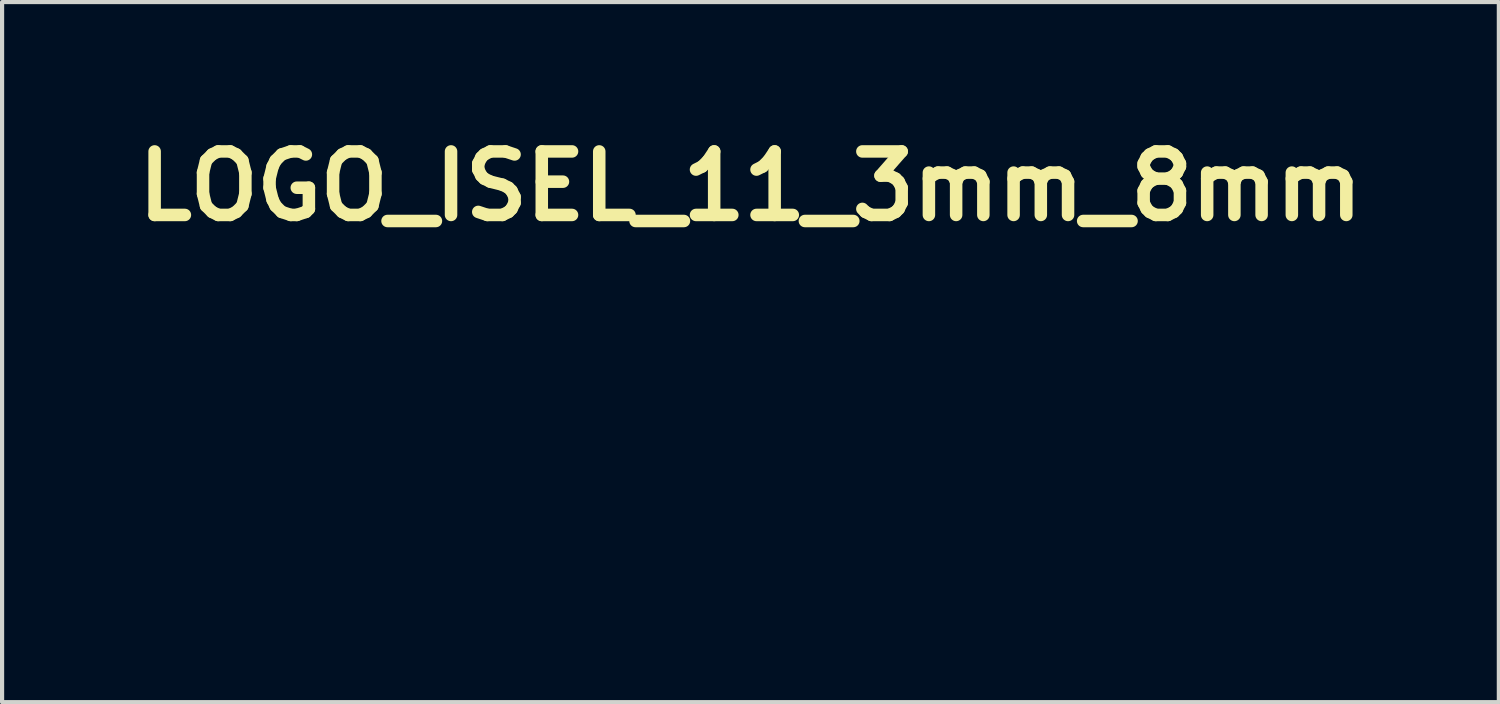
<source format=kicad_pcb>
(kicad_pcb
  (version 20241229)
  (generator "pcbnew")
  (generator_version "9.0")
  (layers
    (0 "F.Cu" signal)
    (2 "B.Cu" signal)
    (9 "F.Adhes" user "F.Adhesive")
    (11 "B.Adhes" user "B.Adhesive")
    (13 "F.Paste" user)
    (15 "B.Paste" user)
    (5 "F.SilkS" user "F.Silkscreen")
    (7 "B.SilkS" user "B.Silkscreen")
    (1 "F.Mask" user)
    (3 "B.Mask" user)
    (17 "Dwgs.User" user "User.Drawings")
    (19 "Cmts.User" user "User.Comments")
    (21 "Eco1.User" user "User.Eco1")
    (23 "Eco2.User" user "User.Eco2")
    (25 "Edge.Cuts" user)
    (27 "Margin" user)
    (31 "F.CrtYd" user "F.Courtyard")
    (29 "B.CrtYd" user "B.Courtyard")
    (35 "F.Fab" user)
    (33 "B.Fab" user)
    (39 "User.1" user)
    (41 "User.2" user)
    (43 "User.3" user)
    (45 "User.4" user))
  (footprint "LOGO_ISEL_11_3mm_8mm"
    (layer "F.Cu")
    (at 14.907 8.343)
    (property "Reference" "LOGO_ISEL_11_3mm_8mm" (at 0.05 -6.925 0) (layer "F.SilkS") (effects (font (size 1.524 1.524) (thickness 0.3))))
    (attr through_hole)
    (fp_poly (pts (xy 3.499 0.152) (xy 3.788 0.152) (xy 3.847 0.152) (xy 3.902 0.153) (xy 3.952 0.153) (xy 3.995 0.153) (xy 4.03 0.153) (xy 4.057 0.154) (xy 4.072 0.154) (xy 4.077 0.155) (xy 4.075 0.162) (xy 4.071 0.175) (xy 4.071 0.175) (xy 4.067 0.187) (xy 4.06 0.209) (xy 4.051 0.238) (xy 4.04 0.272) (xy 4.029 0.306) (xy 3.994 0.419) (xy 3.162 0.419) (xy 3.162 -1.137) (xy 3.499 -1.137) (xy 3.499 0.152)) (stroke (width 0.01) (type solid)) (fill yes) (layer "F.Mask"))
    (fp_poly (pts (xy 0.343 0.419) (xy 0.173 0.419) (xy 0.127 0.419) (xy 0.086 0.419) (xy 0.051 0.418) (xy 0.023 0.417) (xy 0.005 0.416) (xy -0.002 0.415) (xy -0.002 0.415) (xy -0.003 0.408) (xy -0.003 0.389) (xy -0.004 0.36) (xy -0.004 0.319) (xy -0.005 0.27) (xy -0.005 0.211) (xy -0.005 0.144) (xy -0.006 0.07) (xy -0.006 -0.01) (xy -0.006 -0.096) (xy -0.006 -0.187) (xy -0.006 -0.283) (xy -0.006 -0.363) (xy -0.006 -1.137) (xy 0.343 -1.137) (xy 0.343 0.419)) (stroke (width 0.01) (type solid)) (fill yes) (layer "F.Mask"))
    (fp_poly (pts (xy 2.905 -1.122) (xy 2.902 -1.112) (xy 2.896 -1.092) (xy 2.887 -1.064) (xy 2.876 -1.03) (xy 2.865 -0.994) (xy 2.828 -0.879) (xy 2.573 -0.878) (xy 2.318 -0.876) (xy 2.318 -0.527) (xy 2.775 -0.527) (xy 2.775 -0.267) (xy 2.318 -0.267) (xy 2.318 0.146) (xy 2.934 0.146) (xy 2.932 0.281) (xy 2.931 0.416) (xy 2.46 0.418) (xy 2.384 0.418) (xy 2.312 0.418) (xy 2.244 0.418) (xy 2.182 0.418) (xy 2.126 0.417) (xy 2.079 0.417) (xy 2.04 0.417) (xy 2.011 0.416) (xy 1.992 0.416) (xy 1.985 0.415) (xy 1.985 0.408) (xy 1.984 0.389) (xy 1.984 0.36) (xy 1.983 0.319) (xy 1.983 0.27) (xy 1.983 0.211) (xy 1.982 0.144) (xy 1.982 0.07) (xy 1.982 -0.01) (xy 1.981 -0.096) (xy 1.981 -0.187) (xy 1.981 -0.283) (xy 1.981 -0.363) (xy 1.981 -1.137) (xy 2.909 -1.137) (xy 2.905 -1.122)) (stroke (width 0.01) (type solid)) (fill yes) (layer "F.Mask"))
    (fp_poly (pts (xy 1.216 -1.182) (xy 1.254 -1.181) (xy 1.289 -1.178) (xy 1.316 -1.175) (xy 1.318 -1.175) (xy 1.37 -1.166) (xy 1.427 -1.152) (xy 1.484 -1.136) (xy 1.536 -1.119) (xy 1.566 -1.108) (xy 1.595 -1.095) (xy 1.626 -1.08) (xy 1.655 -1.065) (xy 1.68 -1.051) (xy 1.7 -1.038) (xy 1.711 -1.03) (xy 1.711 -1.029) (xy 1.709 -1.021) (xy 1.701 -1.005) (xy 1.686 -0.982) (xy 1.667 -0.953) (xy 1.645 -0.919) (xy 1.619 -0.882) (xy 1.592 -0.843) (xy 1.583 -0.831) (xy 1.562 -0.801) (xy 1.487 -0.838) (xy 1.415 -0.871) (xy 1.344 -0.894) (xy 1.276 -0.91) (xy 1.212 -0.917) (xy 1.152 -0.915) (xy 1.098 -0.905) (xy 1.052 -0.886) (xy 1.013 -0.859) (xy 1.01 -0.856) (xy 0.986 -0.827) (xy 0.972 -0.794) (xy 0.966 -0.754) (xy 0.965 -0.739) (xy 0.966 -0.714) (xy 0.969 -0.696) (xy 0.975 -0.682) (xy 0.984 -0.668) (xy 0.996 -0.654) (xy 1.012 -0.641) (xy 1.032 -0.629) (xy 1.059 -0.617) (xy 1.093 -0.605) (xy 1.136 -0.591) (xy 1.19 -0.576) (xy 1.229 -0.566) (xy 1.274 -0.553) (xy 1.319 -0.54) (xy 1.361 -0.528) (xy 1.397 -0.517) (xy 1.424 -0.508) (xy 1.432 -0.505) (xy 1.502 -0.472) (xy 1.565 -0.431) (xy 1.62 -0.383) (xy 1.666 -0.328) (xy 1.702 -0.269) (xy 1.727 -0.206) (xy 1.73 -0.194) (xy 1.743 -0.12) (xy 1.744 -0.046) (xy 1.734 0.028) (xy 1.714 0.099) (xy 1.684 0.165) (xy 1.643 0.225) (xy 1.636 0.234) (xy 1.579 0.291) (xy 1.514 0.339) (xy 1.44 0.379) (xy 1.357 0.41) (xy 1.27 0.433) (xy 1.228 0.439) (xy 1.177 0.444) (xy 1.121 0.447) (xy 1.064 0.448) (xy 1.009 0.448) (xy 0.96 0.445) (xy 0.933 0.442) (xy 0.818 0.42) (xy 0.705 0.388) (xy 0.598 0.347) (xy 0.574 0.337) (xy 0.521 0.312) (xy 0.578 0.193) (xy 0.596 0.157) (xy 0.611 0.124) (xy 0.625 0.098) (xy 0.634 0.079) (xy 0.64 0.069) (xy 0.64 0.068) (xy 0.648 0.069) (xy 0.664 0.074) (xy 0.687 0.083) (xy 0.715 0.095) (xy 0.722 0.098) (xy 0.798 0.13) (xy 0.867 0.153) (xy 0.933 0.17) (xy 0.997 0.18) (xy 1.064 0.184) (xy 1.082 0.184) (xy 1.148 0.182) (xy 1.202 0.174) (xy 1.248 0.161) (xy 1.286 0.142) (xy 1.316 0.118) (xy 1.342 0.084) (xy 1.36 0.045) (xy 1.369 0.001) (xy 1.368 -0.042) (xy 1.358 -0.084) (xy 1.339 -0.121) (xy 1.338 -0.122) (xy 1.324 -0.138) (xy 1.31 -0.152) (xy 1.294 -0.165) (xy 1.273 -0.177) (xy 1.248 -0.189) (xy 1.217 -0.201) (xy 1.178 -0.214) (xy 1.131 -0.228) (xy 1.073 -0.244) (xy 1.013 -0.26) (xy 0.944 -0.28) (xy 0.887 -0.299) (xy 0.838 -0.318) (xy 0.797 -0.339) (xy 0.761 -0.363) (xy 0.728 -0.389) (xy 0.715 -0.402) (xy 0.669 -0.456) (xy 0.634 -0.516) (xy 0.61 -0.583) (xy 0.597 -0.655) (xy 0.595 -0.702) (xy 0.599 -0.765) (xy 0.61 -0.823) (xy 0.63 -0.881) (xy 0.642 -0.908) (xy 0.671 -0.956) (xy 0.709 -1.003) (xy 0.754 -1.046) (xy 0.802 -1.083) (xy 0.837 -1.104) (xy 0.907 -1.136) (xy 0.976 -1.159) (xy 1.048 -1.174) (xy 1.126 -1.182) (xy 1.178 -1.183) (xy 1.216 -1.182)) (stroke (width 0.01) (type solid)) (fill yes) (layer "F.Mask"))
    (fp_poly (pts (xy -0.816 2.448) (xy -0.854 2.45) (xy -0.875 2.45) (xy -0.891 2.449) (xy -0.897 2.447) (xy -0.898 2.44) (xy -0.898 2.422) (xy -0.899 2.392) (xy -0.899 2.351) (xy -0.9 2.302) (xy -0.9 2.243) (xy -0.901 2.176) (xy -0.901 2.102) (xy -0.901 2.022) (xy -0.901 1.935) (xy -0.902 1.844) (xy -0.902 1.749) (xy -0.902 1.665) (xy -0.902 0.888) (xy -0.97 0.953) (xy -1.082 1.052) (xy -1.197 1.14) (xy -1.316 1.217) (xy -1.441 1.283) (xy -1.572 1.341) (xy -1.667 1.375) (xy -1.781 1.409) (xy -1.891 1.435) (xy -2.001 1.453) (xy -2.116 1.464) (xy -2.145 1.466) (xy -2.298 1.468) (xy -2.45 1.457) (xy -2.599 1.434) (xy -2.745 1.399) (xy -2.887 1.352) (xy -3.026 1.292) (xy -3.161 1.221) (xy -3.292 1.138) (xy -3.36 1.088) (xy -3.399 1.057) (xy -3.443 1.018) (xy -3.491 0.973) (xy -3.54 0.925) (xy -3.588 0.875) (xy -3.633 0.826) (xy -3.673 0.781) (xy -3.706 0.74) (xy -3.709 0.735) (xy -3.796 0.609) (xy -3.871 0.478) (xy -3.935 0.343) (xy -3.988 0.201) (xy -4.029 0.054) (xy -4.06 -0.099) (xy -4.061 -0.108) (xy -4.066 -0.151) (xy -4.07 -0.203) (xy -4.073 -0.262) (xy -4.075 -0.325) (xy -4.076 -0.388) (xy -4.075 -0.413) (xy -4.012 -0.413) (xy -4.01 -0.28) (xy -4 -0.149) (xy -3.98 -0.023) (xy -3.966 0.04) (xy -3.926 0.183) (xy -3.874 0.32) (xy -3.811 0.452) (xy -3.737 0.581) (xy -3.65 0.707) (xy -3.639 0.721) (xy -3.611 0.755) (xy -3.576 0.796) (xy -3.535 0.839) (xy -3.492 0.884) (xy -3.447 0.927) (xy -3.405 0.967) (xy -3.366 1.001) (xy -3.34 1.022) (xy -3.219 1.108) (xy -3.093 1.184) (xy -2.964 1.249) (xy -2.831 1.303) (xy -2.697 1.345) (xy -2.561 1.376) (xy -2.464 1.39) (xy -2.435 1.393) (xy -2.409 1.397) (xy -2.39 1.399) (xy -2.384 1.4) (xy -2.365 1.401) (xy -2.336 1.402) (xy -2.298 1.402) (xy -2.255 1.401) (xy -2.208 1.4) (xy -2.161 1.399) (xy -2.114 1.397) (xy -2.071 1.394) (xy -2.034 1.392) (xy -2.005 1.389) (xy -1.994 1.388) (xy -1.842 1.358) (xy -1.697 1.317) (xy -1.557 1.265) (xy -1.423 1.202) (xy -1.295 1.127) (xy -1.172 1.041) (xy -1.056 0.944) (xy -0.983 0.874) (xy -0.953 0.844) (xy -0.931 0.821) (xy -0.916 0.804) (xy -0.907 0.791) (xy -0.903 0.781) (xy -0.902 0.774) (xy -0.902 0.768) (xy -0.905 0.766) (xy -0.91 0.768) (xy -0.92 0.776) (xy -0.935 0.791) (xy -0.957 0.812) (xy -0.986 0.842) (xy -1.097 0.948) (xy -1.213 1.042) (xy -1.335 1.125) (xy -1.462 1.197) (xy -1.594 1.256) (xy -1.732 1.305) (xy -1.798 1.324) (xy -1.944 1.355) (xy -2.09 1.375) (xy -2.235 1.382) (xy -2.381 1.376) (xy -2.524 1.359) (xy -2.666 1.329) (xy -2.733 1.31) (xy -2.079 1.31) (xy -2.044 1.305) (xy -2.022 1.302) (xy -1.992 1.298) (xy -1.96 1.293) (xy -1.953 1.291) (xy -1.868 1.274) (xy -1.778 1.251) (xy -1.689 1.223) (xy -1.608 1.193) (xy -1.562 1.174) (xy -1.562 0.779) (xy -1.562 0.384) (xy -1.635 0.383) (xy -1.667 0.383) (xy -1.688 0.384) (xy -1.701 0.385) (xy -1.708 0.388) (xy -1.711 0.393) (xy -1.713 0.403) (xy -1.718 0.423) (xy -1.723 0.448) (xy -1.727 0.467) (xy -1.733 0.493) (xy -1.738 0.514) (xy -1.741 0.528) (xy -1.742 0.531) (xy -1.748 0.531) (xy -1.765 0.528) (xy -1.789 0.523) (xy -1.819 0.517) (xy -1.832 0.514) (xy -1.863 0.507) (xy -1.89 0.502) (xy -1.911 0.499) (xy -1.921 0.498) (xy -1.923 0.498) (xy -1.92 0.504) (xy -1.912 0.52) (xy -1.9 0.545) (xy -1.883 0.578) (xy -1.862 0.618) (xy -1.838 0.664) (xy -1.812 0.715) (xy -1.783 0.769) (xy -1.778 0.778) (xy -1.74 0.849) (xy -1.709 0.91) (xy -1.683 0.96) (xy -1.662 1.001) (xy -1.646 1.034) (xy -1.636 1.058) (xy -1.629 1.074) (xy -1.628 1.082) (xy -1.63 1.114) (xy -1.645 1.142) (xy -1.672 1.167) (xy -1.68 1.172) (xy -1.71 1.191) (xy -1.858 1.193) (xy -2.006 1.195) (xy -2.032 1.237) (xy -2.046 1.26) (xy -2.058 1.28) (xy -2.068 1.294) (xy -2.068 1.295) (xy -2.079 1.31) (xy -2.733 1.31) (xy -2.805 1.288) (xy -2.941 1.235) (xy -3.072 1.171) (xy -3.199 1.095) (xy -3.321 1.008) (xy -3.34 0.993) (xy -3.357 0.979) (xy -3.24 0.979) (xy -3.236 0.986) (xy -3.222 0.998) (xy -3.201 1.014) (xy -3.175 1.033) (xy -3.144 1.054) (xy -3.111 1.075) (xy -3.092 1.086) (xy -3.068 1.1) (xy -3.053 1.108) (xy -3.045 1.11) (xy -3.043 1.106) (xy -3.044 1.1) (xy -3.056 1.045) (xy -3.062 0.982) (xy -3.06 0.917) (xy -3.052 0.853) (xy -3.046 0.824) (xy -3.02 0.749) (xy -2.984 0.679) (xy -2.939 0.614) (xy -2.886 0.557) (xy -2.825 0.508) (xy -2.761 0.471) (xy -2.739 0.46) (xy -2.722 0.451) (xy -2.713 0.445) (xy -2.712 0.445) (xy -2.717 0.44) (xy -2.73 0.429) (xy -2.751 0.413) (xy -2.777 0.394) (xy -2.8 0.377) (xy -2.889 0.312) (xy -2.904 0.338) (xy -2.912 0.353) (xy -2.925 0.376) (xy -2.941 0.407) (xy -2.961 0.445) (xy -2.984 0.488) (xy -3.009 0.535) (xy -3.035 0.585) (xy -3.063 0.637) (xy -3.09 0.69) (xy -3.117 0.741) (xy -3.143 0.791) (xy -3.167 0.837) (xy -3.189 0.879) (xy -3.208 0.915) (xy -3.223 0.944) (xy -3.233 0.965) (xy -3.239 0.977) (xy -3.24 0.979) (xy -3.357 0.979) (xy -3.373 0.965) (xy -3.411 0.931) (xy -3.318 0.931) (xy -3.302 0.942) (xy -3.291 0.949) (xy -3.284 0.947) (xy -3.279 0.938) (xy -3.274 0.927) (xy -3.272 0.923) (xy -3.279 0.923) (xy -3.293 0.926) (xy -3.296 0.926) (xy -3.318 0.931) (xy -3.411 0.931) (xy -3.411 0.93) (xy -3.453 0.89) (xy -3.495 0.848) (xy -3.536 0.806) (xy -3.571 0.767) (xy -3.587 0.749) (xy -3.5 0.749) (xy -3.47 0.785) (xy -3.449 0.807) (xy -3.424 0.832) (xy -3.401 0.854) (xy -3.385 0.869) (xy -3.373 0.878) (xy -3.362 0.884) (xy -3.349 0.885) (xy -3.332 0.883) (xy -3.307 0.878) (xy -3.281 0.872) (xy -3.258 0.866) (xy -3.246 0.862) (xy -3.243 0.858) (xy -3.246 0.854) (xy -3.254 0.848) (xy -3.269 0.835) (xy -3.291 0.819) (xy -3.316 0.799) (xy -3.344 0.777) (xy -3.372 0.756) (xy -3.399 0.735) (xy -3.423 0.717) (xy -3.441 0.703) (xy -3.453 0.694) (xy -3.457 0.692) (xy -3.461 0.697) (xy -3.471 0.709) (xy -3.479 0.721) (xy -3.5 0.749) (xy -3.587 0.749) (xy -3.6 0.734) (xy -3.603 0.73) (xy -3.662 0.651) (xy -3.72 0.563) (xy -3.739 0.531) (xy -3.666 0.531) (xy -3.639 0.572) (xy -3.622 0.596) (xy -3.601 0.626) (xy -3.579 0.655) (xy -3.573 0.663) (xy -3.535 0.713) (xy -3.517 0.691) (xy -3.506 0.677) (xy -3.5 0.666) (xy -3.499 0.664) (xy -3.504 0.657) (xy -3.51 0.652) (xy -3.422 0.652) (xy -3.417 0.657) (xy -3.404 0.669) (xy -3.385 0.685) (xy -3.361 0.704) (xy -3.334 0.726) (xy -3.306 0.747) (xy -3.279 0.768) (xy -3.255 0.786) (xy -3.235 0.801) (xy -3.223 0.81) (xy -3.218 0.812) (xy -3.213 0.807) (xy -3.204 0.794) (xy -3.192 0.774) (xy -3.188 0.767) (xy -3.175 0.744) (xy -3.165 0.723) (xy -3.159 0.709) (xy -3.158 0.707) (xy -3.159 0.695) (xy -3.166 0.672) (xy -3.177 0.638) (xy -3.193 0.594) (xy -3.204 0.567) (xy -3.219 0.53) (xy -3.232 0.496) (xy -3.243 0.468) (xy -3.252 0.448) (xy -3.256 0.438) (xy -3.257 0.437) (xy -3.262 0.44) (xy -3.272 0.452) (xy -3.288 0.471) (xy -3.307 0.495) (xy -3.328 0.522) (xy -3.35 0.55) (xy -3.371 0.578) (xy -3.39 0.604) (xy -3.406 0.626) (xy -3.417 0.643) (xy -3.422 0.652) (xy -3.422 0.652) (xy -3.51 0.652) (xy -3.518 0.645) (xy -3.54 0.627) (xy -3.568 0.604) (xy -3.602 0.578) (xy -3.64 0.55) (xy -3.641 0.549) (xy -3.666 0.531) (xy -3.739 0.531) (xy -3.774 0.471) (xy -3.822 0.378) (xy -3.751 0.378) (xy -3.742 0.397) (xy -3.734 0.407) (xy -3.716 0.424) (xy -3.689 0.448) (xy -3.654 0.476) (xy -3.611 0.51) (xy -3.599 0.519) (xy -3.466 0.622) (xy -3.377 0.504) (xy -3.352 0.47) (xy -3.33 0.44) (xy -3.313 0.415) (xy -3.3 0.396) (xy -3.294 0.384) (xy -3.294 0.382) (xy -3.301 0.377) (xy -3.316 0.367) (xy -3.34 0.351) (xy -3.369 0.331) (xy -3.403 0.308) (xy -3.435 0.287) (xy -3.471 0.262) (xy -3.504 0.24) (xy -3.533 0.222) (xy -3.555 0.208) (xy -3.569 0.2) (xy -3.574 0.198) (xy -3.579 0.203) (xy -3.592 0.216) (xy -3.611 0.235) (xy -3.635 0.258) (xy -3.662 0.286) (xy -3.665 0.289) (xy -3.751 0.378) (xy -3.822 0.378) (xy -3.823 0.377) (xy -3.864 0.285) (xy -3.886 0.23) (xy -3.929 0.092) (xy -3.861 0.092) (xy -3.859 0.101) (xy -3.855 0.116) (xy -3.85 0.135) (xy -3.844 0.153) (xy -3.84 0.166) (xy -3.838 0.171) (xy -3.836 0.166) (xy -3.836 0.15) (xy -3.835 0.13) (xy -3.836 0.108) (xy -3.838 0.095) (xy -3.842 0.09) (xy -3.848 0.089) (xy -3.785 0.089) (xy -3.785 0.2) (xy -3.784 0.248) (xy -3.783 0.285) (xy -3.782 0.31) (xy -3.779 0.325) (xy -3.776 0.33) (xy -3.776 0.33) (xy -3.771 0.326) (xy -3.759 0.314) (xy -3.741 0.296) (xy -3.718 0.273) (xy -3.693 0.248) (xy -3.612 0.166) (xy -3.625 0.158) (xy -3.538 0.158) (xy -3.425 0.234) (xy -3.391 0.256) (xy -3.361 0.276) (xy -3.337 0.293) (xy -3.318 0.304) (xy -3.309 0.31) (xy -3.308 0.311) (xy -3.308 0.305) (xy -3.313 0.29) (xy -3.322 0.266) (xy -3.333 0.236) (xy -3.346 0.202) (xy -3.347 0.202) (xy -3.389 0.094) (xy -3.334 0.094) (xy -3.332 0.1) (xy -3.325 0.117) (xy -3.316 0.142) (xy -3.303 0.175) (xy -3.288 0.214) (xy -3.272 0.257) (xy -3.254 0.304) (xy -3.235 0.352) (xy -3.216 0.4) (xy -3.198 0.447) (xy -3.181 0.492) (xy -3.165 0.532) (xy -3.151 0.568) (xy -3.14 0.596) (xy -3.132 0.616) (xy -3.128 0.626) (xy -3.127 0.627) (xy -3.128 0.62) (xy -3.128 0.603) (xy -3.128 0.575) (xy -3.129 0.539) (xy -3.129 0.495) (xy -3.13 0.446) (xy -3.13 0.429) (xy -3.08 0.429) (xy -3.08 0.492) (xy -3.079 0.522) (xy -3.078 0.54) (xy -3.075 0.545) (xy -3.069 0.54) (xy -3.059 0.523) (xy -3.05 0.505) (xy -3.034 0.474) (xy -3.057 0.452) (xy -3.08 0.429) (xy -3.13 0.429) (xy -3.13 0.392) (xy -3.131 0.379) (xy -3.131 0.365) (xy -3.073 0.365) (xy -3.043 0.395) (xy -3.028 0.41) (xy -3.016 0.421) (xy -3.01 0.425) (xy -3.006 0.42) (xy -2.998 0.405) (xy -2.986 0.384) (xy -2.972 0.357) (xy -2.969 0.352) (xy -2.954 0.322) (xy -2.944 0.301) (xy -2.939 0.288) (xy -2.937 0.279) (xy -2.939 0.274) (xy -2.944 0.27) (xy -2.956 0.263) (xy -2.962 0.261) (xy -2.969 0.265) (xy -2.982 0.276) (xy -3.001 0.293) (xy -3.021 0.313) (xy -3.073 0.365) (xy -3.131 0.365) (xy -3.133 0.167) (xy -3.083 0.167) (xy -3.083 0.174) (xy -3.083 0.19) (xy -3.082 0.214) (xy -3.081 0.233) (xy -3.078 0.298) (xy -3.041 0.266) (xy -3.023 0.25) (xy -3.011 0.237) (xy -3.005 0.229) (xy -3.005 0.228) (xy -3.01 0.223) (xy -3.022 0.213) (xy -3.038 0.2) (xy -3.055 0.187) (xy -3.07 0.175) (xy -3.081 0.168) (xy -3.083 0.167) (xy -3.133 0.167) (xy -3.134 0.144) (xy -2.795 0.144) (xy -2.793 0.149) (xy -2.793 0.149) (xy -2.786 0.154) (xy -2.769 0.165) (xy -2.744 0.18) (xy -2.71 0.201) (xy -2.67 0.225) (xy -2.625 0.252) (xy -2.575 0.282) (xy -2.521 0.314) (xy -2.508 0.323) (xy -2.452 0.356) (xy -2.399 0.388) (xy -2.349 0.419) (xy -2.304 0.446) (xy -2.264 0.471) (xy -2.232 0.491) (xy -2.208 0.507) (xy -2.193 0.517) (xy -2.192 0.517) (xy -2.131 0.571) (xy -2.078 0.634) (xy -2.032 0.703) (xy -1.997 0.778) (xy -1.973 0.856) (xy -1.972 0.864) (xy -1.965 0.906) (xy -1.963 0.953) (xy -1.963 1.003) (xy -1.967 1.051) (xy -1.974 1.094) (xy -1.983 1.129) (xy -1.985 1.132) (xy -1.985 1.136) (xy -1.983 1.138) (xy -1.976 1.14) (xy -1.963 1.142) (xy -1.943 1.143) (xy -1.913 1.143) (xy -1.873 1.143) (xy -1.861 1.143) (xy -1.814 1.143) (xy -1.779 1.142) (xy -1.752 1.141) (xy -1.733 1.139) (xy -1.72 1.136) (xy -1.712 1.133) (xy -1.693 1.12) (xy -1.68 1.101) (xy -1.676 1.085) (xy -1.679 1.078) (xy -1.688 1.062) (xy -1.702 1.035) (xy -1.72 0.999) (xy -1.743 0.955) (xy -1.77 0.904) (xy -1.801 0.845) (xy -1.835 0.781) (xy -1.872 0.711) (xy -1.912 0.636) (xy -1.954 0.557) (xy -1.997 0.475) (xy -2.007 0.457) (xy -2.097 0.287) (xy -2.036 0.287) (xy -2.034 0.293) (xy -2.026 0.309) (xy -2.015 0.331) (xy -2 0.36) (xy -1.986 0.386) (xy -1.97 0.418) (xy -1.955 0.445) (xy -1.943 0.465) (xy -1.936 0.478) (xy -1.933 0.481) (xy -1.931 0.474) (xy -1.927 0.458) (xy -1.921 0.435) (xy -1.918 0.421) (xy -1.911 0.387) (xy -1.907 0.364) (xy -1.906 0.35) (xy -1.908 0.341) (xy -1.914 0.337) (xy -1.499 0.337) (xy -1.499 1.144) (xy -1.446 1.115) (xy -1.394 1.087) (xy -1.392 0.712) (xy -1.391 0.337) (xy -1.327 0.337) (xy -1.327 0.689) (xy -1.327 0.755) (xy -1.327 0.816) (xy -1.327 0.873) (xy -1.326 0.923) (xy -1.326 0.966) (xy -1.325 1) (xy -1.324 1.025) (xy -1.324 1.039) (xy -1.323 1.041) (xy -1.317 1.038) (xy -1.302 1.029) (xy -1.282 1.015) (xy -1.269 1.005) (xy -1.219 0.97) (xy -1.219 0.337) (xy -1.156 0.337) (xy -1.156 0.916) (xy -1.141 0.905) (xy -1.13 0.895) (xy -1.113 0.879) (xy -1.093 0.86) (xy -1.087 0.855) (xy -1.048 0.816) (xy -1.048 0.337) (xy -0.984 0.337) (xy -0.984 0.751) (xy -0.902 0.651) (xy -0.902 0.494) (xy -0.902 0.337) (xy -0.984 0.337) (xy -1.048 0.337) (xy -1.156 0.337) (xy -1.219 0.337) (xy -1.327 0.337) (xy -1.391 0.337) (xy -1.499 0.337) (xy -1.914 0.337) (xy -1.914 0.336) (xy -1.922 0.334) (xy -1.936 0.329) (xy -1.958 0.32) (xy -1.982 0.31) (xy -1.987 0.307) (xy -2.009 0.298) (xy -2.026 0.291) (xy -2.035 0.287) (xy -2.036 0.287) (xy -2.097 0.287) (xy -2.116 0.252) (xy -1.651 0.252) (xy -1.651 0.286) (xy -0.902 0.286) (xy -0.902 0.184) (xy -1.627 0.187) (xy -1.639 0.202) (xy -1.648 0.219) (xy -1.651 0.244) (xy -1.651 0.252) (xy -2.116 0.252) (xy -2.307 -0.108) (xy -2.181 -0.108) (xy -2.179 -0.101) (xy -2.169 -0.088) (xy -2.153 -0.07) (xy -2.132 -0.049) (xy -2.108 -0.025) (xy -2.083 -0.002) (xy -2.058 0.02) (xy -2.036 0.04) (xy -2.016 0.054) (xy -2.013 0.056) (xy -1.936 0.1) (xy -1.857 0.134) (xy -1.771 0.158) (xy -1.765 0.159) (xy -1.733 0.166) (xy -1.71 0.169) (xy -1.694 0.17) (xy -1.681 0.167) (xy -1.668 0.161) (xy -1.658 0.154) (xy -1.632 0.137) (xy -1.632 -0.335) (xy -1.656 -0.34) (xy -1.677 -0.345) (xy -1.697 -0.353) (xy -1.698 -0.354) (xy -1.711 -0.359) (xy -1.723 -0.359) (xy -1.739 -0.353) (xy -1.739 -0.352) (xy -1.751 -0.347) (xy -1.771 -0.336) (xy -1.799 -0.32) (xy -1.833 -0.302) (xy -1.872 -0.281) (xy -1.913 -0.258) (xy -1.956 -0.234) (xy -2 -0.21) (xy -2.041 -0.187) (xy -2.08 -0.165) (xy -2.115 -0.145) (xy -2.144 -0.129) (xy -2.165 -0.117) (xy -2.178 -0.109) (xy -2.181 -0.108) (xy -2.307 -0.108) (xy -2.337 -0.163) (xy -2.337 -0.363) (xy -2.336 -0.422) (xy -2.336 -0.451) (xy -2.286 -0.451) (xy -2.286 -0.369) (xy -2.286 -0.338) (xy -2.285 -0.312) (xy -2.284 -0.293) (xy -2.282 -0.284) (xy -2.282 -0.284) (xy -2.281 -0.283) (xy -2.279 -0.282) (xy -2.275 -0.283) (xy -2.269 -0.285) (xy -2.259 -0.29) (xy -2.243 -0.299) (xy -2.221 -0.311) (xy -2.19 -0.328) (xy -2.151 -0.349) (xy -2.115 -0.37) (xy -2.095 -0.381) (xy -1.581 -0.381) (xy -1.581 0.133) (xy -0.902 0.133) (xy -0.902 -0.381) (xy -1.581 -0.381) (xy -2.095 -0.381) (xy -2.077 -0.391) (xy -2.043 -0.41) (xy -2.014 -0.426) (xy -1.992 -0.439) (xy -1.979 -0.446) (xy -1.975 -0.448) (xy -1.981 -0.449) (xy -1.997 -0.45) (xy -2.023 -0.45) (xy -2.056 -0.451) (xy -2.095 -0.451) (xy -2.129 -0.451) (xy -2.286 -0.451) (xy -2.336 -0.451) (xy -2.336 -0.47) (xy -2.335 -0.508) (xy -2.334 -0.537) (xy -2.332 -0.559) (xy -2.33 -0.575) (xy -2.328 -0.586) (xy -2.327 -0.587) (xy -2.321 -0.603) (xy -2.318 -0.613) (xy -2.318 -0.614) (xy -2.324 -0.615) (xy -2.341 -0.615) (xy -2.368 -0.615) (xy -2.402 -0.616) (xy -2.442 -0.616) (xy -2.487 -0.616) (xy -2.489 -0.616) (xy -2.534 -0.616) (xy -2.575 -0.616) (xy -2.61 -0.615) (xy -2.637 -0.615) (xy -2.654 -0.614) (xy -2.661 -0.614) (xy -2.661 -0.614) (xy -2.658 -0.607) (xy -2.653 -0.593) (xy -2.651 -0.588) (xy -2.648 -0.58) (xy -2.646 -0.567) (xy -2.645 -0.55) (xy -2.643 -0.527) (xy -2.642 -0.495) (xy -2.642 -0.455) (xy -2.642 -0.404) (xy -2.642 -0.363) (xy -2.642 -0.16) (xy -2.721 -0.009) (xy -2.746 0.037) (xy -2.765 0.074) (xy -2.778 0.102) (xy -2.788 0.122) (xy -2.793 0.136) (xy -2.795 0.144) (xy -3.134 0.144) (xy -3.134 0.132) (xy -3.183 0.09) (xy -2.887 0.09) (xy -2.885 0.094) (xy -2.883 0.095) (xy -2.874 0.101) (xy -2.87 0.099) (xy -2.867 0.095) (xy -2.869 0.09) (xy -2.878 0.089) (xy -2.887 0.09) (xy -3.183 0.09) (xy -3.185 0.089) (xy -3.259 0.089) (xy -3.288 0.089) (xy -3.312 0.09) (xy -3.328 0.092) (xy -3.334 0.094) (xy -3.389 0.094) (xy -3.389 0.092) (xy -3.43 0.09) (xy -3.47 0.088) (xy -3.538 0.158) (xy -3.625 0.158) (xy -3.669 0.128) (xy -3.696 0.11) (xy -3.716 0.099) (xy -3.731 0.092) (xy -3.63 0.092) (xy -3.63 0.093) (xy -3.62 0.102) (xy -3.605 0.112) (xy -3.59 0.121) (xy -3.579 0.126) (xy -3.578 0.127) (xy -3.57 0.123) (xy -3.557 0.112) (xy -3.553 0.108) (xy -3.535 0.089) (xy -3.584 0.089) (xy -3.607 0.089) (xy -3.623 0.091) (xy -3.63 0.092) (xy -3.731 0.092) (xy -3.732 0.092) (xy -3.745 0.089) (xy -3.756 0.089) (xy -3.785 0.089) (xy -3.848 0.089) (xy -3.858 0.09) (xy -3.861 0.092) (xy -3.929 0.092) (xy -3.93 0.089) (xy -3.962 -0.054) (xy -3.964 -0.067) (xy -3.898 -0.067) (xy -3.896 -0.05) (xy -3.891 -0.025) (xy -3.883 0.011) (xy -3.883 0.011) (xy -3.878 0.021) (xy -3.866 0.025) (xy -3.858 0.025) (xy -3.835 0.025) (xy -3.835 0.002) (xy -3.765 0.002) (xy -3.751 0.013) (xy -3.745 0.017) (xy -3.737 0.02) (xy -3.725 0.022) (xy -3.707 0.024) (xy -3.682 0.025) (xy -3.647 0.025) (xy -3.607 0.025) (xy -3.563 0.025) (xy -3.53 0.025) (xy -3.507 0.024) (xy -3.49 0.023) (xy -3.479 0.021) (xy -3.471 0.018) (xy -3.465 0.014) (xy -3.463 0.012) (xy -3.448 -0.002) (xy -3.508 -0.042) (xy -3.564 -0.079) (xy -3.471 -0.079) (xy -3.47 -0.076) (xy -3.462 -0.07) (xy -3.46 -0.07) (xy -3.455 -0.075) (xy -3.454 -0.076) (xy -3.455 -0.077) (xy -3.403 -0.077) (xy -3.399 -0.069) (xy -3.393 -0.053) (xy -3.384 -0.03) (xy -3.381 -0.023) (xy -3.363 0.025) (xy -3.318 0.025) (xy -3.273 0.025) (xy -3.292 0.011) (xy -3.31 -0.003) (xy -3.327 -0.017) (xy -3.327 -0.017) (xy -3.341 -0.029) (xy -3.085 -0.029) (xy -3.081 -0.025) (xy -3.068 -0.016) (xy -3.05 -0.004) (xy -3.044 -0.001) (xy -3 0.025) (xy -2.931 0.025) (xy -2.861 0.025) (xy -2.917 -0.029) (xy -2.942 -0.052) (xy -2.96 -0.067) (xy -2.974 -0.077) (xy -2.985 -0.081) (xy -2.995 -0.083) (xy -2.997 -0.083) (xy -2.902 -0.083) (xy -2.859 -0.042) (xy -2.84 -0.024) (xy -2.826 -0.011) (xy -2.817 -0.003) (xy -2.815 -0.002) (xy -2.816 -0.009) (xy -2.819 -0.024) (xy -2.824 -0.043) (xy -2.833 -0.076) (xy -2.78 -0.076) (xy -2.779 -0.068) (xy -2.776 -0.053) (xy -2.775 -0.046) (xy -2.772 -0.039) (xy -2.765 -0.042) (xy -2.755 -0.055) (xy -2.754 -0.057) (xy -2.746 -0.072) (xy -2.745 -0.08) (xy -2.753 -0.082) (xy -2.763 -0.083) (xy -2.776 -0.081) (xy -2.78 -0.076) (xy -2.833 -0.076) (xy -2.835 -0.083) (xy -2.902 -0.083) (xy -2.997 -0.083) (xy -3.019 -0.077) (xy -3.046 -0.061) (xy -3.077 -0.036) (xy -3.085 -0.029) (xy -3.341 -0.029) (xy -3.343 -0.03) (xy -3.326 -0.053) (xy -3.315 -0.067) (xy -3.309 -0.077) (xy -3.308 -0.079) (xy -3.314 -0.081) (xy -3.33 -0.082) (xy -3.349 -0.082) (xy -3.178 -0.082) (xy -3.159 -0.07) (xy -3.145 -0.061) (xy -3.139 -0.058) (xy -3.137 -0.063) (xy -3.137 -0.07) (xy -3.14 -0.079) (xy -3.15 -0.082) (xy -3.158 -0.083) (xy -3.178 -0.082) (xy -3.349 -0.082) (xy -3.352 -0.083) (xy -3.357 -0.083) (xy -3.379 -0.082) (xy -3.395 -0.08) (xy -3.402 -0.078) (xy -3.403 -0.077) (xy -3.455 -0.077) (xy -3.46 -0.082) (xy -3.464 -0.083) (xy -3.471 -0.079) (xy -3.564 -0.079) (xy -3.568 -0.083) (xy -3.68 -0.083) (xy -3.722 -0.04) (xy -3.765 0.002) (xy -3.835 0.002) (xy -3.835 -0.067) (xy -3.785 -0.067) (xy -3.784 -0.055) (xy -3.783 -0.051) (xy -3.777 -0.055) (xy -3.767 -0.065) (xy -3.766 -0.067) (xy -3.751 -0.083) (xy -3.768 -0.083) (xy -3.78 -0.08) (xy -3.784 -0.071) (xy -3.785 -0.067) (xy -3.835 -0.067) (xy -3.835 -0.083) (xy -3.867 -0.083) (xy -3.881 -0.082) (xy -3.891 -0.081) (xy -3.896 -0.076) (xy -3.898 -0.067) (xy -3.964 -0.067) (xy -3.982 -0.198) (xy -3.985 -0.255) (xy -3.923 -0.255) (xy -3.92 -0.227) (xy -3.917 -0.202) (xy -3.914 -0.176) (xy -3.914 -0.173) (xy -3.911 -0.146) (xy -3.835 -0.146) (xy -3.837 -0.198) (xy -3.838 -0.23) (xy -3.793 -0.23) (xy -3.789 -0.209) (xy -3.786 -0.187) (xy -3.785 -0.167) (xy -3.785 -0.146) (xy -3.734 -0.146) (xy -3.71 -0.147) (xy -3.692 -0.148) (xy -3.684 -0.151) (xy -3.683 -0.151) (xy -3.688 -0.157) (xy -3.696 -0.163) (xy -3.594 -0.163) (xy -3.592 -0.158) (xy -3.589 -0.155) (xy -3.579 -0.151) (xy -3.561 -0.148) (xy -3.54 -0.147) (xy -3.518 -0.146) (xy -3.5 -0.147) (xy -3.488 -0.149) (xy -3.486 -0.151) (xy -3.488 -0.158) (xy -3.494 -0.175) (xy -3.502 -0.196) (xy -3.503 -0.199) (xy -3.519 -0.243) (xy -3.56 -0.203) (xy -3.579 -0.184) (xy -3.59 -0.171) (xy -3.594 -0.163) (xy -3.696 -0.163) (xy -3.701 -0.168) (xy -3.721 -0.182) (xy -3.738 -0.193) (xy -3.793 -0.23) (xy -3.838 -0.23) (xy -3.839 -0.25) (xy -3.732 -0.25) (xy -3.732 -0.25) (xy -3.724 -0.244) (xy -3.71 -0.234) (xy -3.692 -0.221) (xy -3.673 -0.209) (xy -3.657 -0.198) (xy -3.647 -0.192) (xy -3.645 -0.191) (xy -3.639 -0.195) (xy -3.627 -0.206) (xy -3.611 -0.221) (xy -3.61 -0.222) (xy -3.585 -0.248) (xy -3.467 -0.248) (xy -3.465 -0.239) (xy -3.459 -0.223) (xy -3.454 -0.208) (xy -3.445 -0.187) (xy -3.438 -0.168) (xy -3.435 -0.16) (xy -3.433 -0.156) (xy -3.43 -0.152) (xy -3.424 -0.15) (xy -3.413 -0.148) (xy -3.397 -0.147) (xy -3.374 -0.146) (xy -3.341 -0.146) (xy -3.298 -0.146) (xy -3.283 -0.146) (xy -3.137 -0.146) (xy -3.137 -0.166) (xy -3.086 -0.166) (xy -3.085 -0.153) (xy -3.079 -0.147) (xy -3.065 -0.146) (xy -3.063 -0.146) (xy -3.049 -0.147) (xy -3.044 -0.15) (xy -3.045 -0.151) (xy -3.046 -0.152) (xy -2.937 -0.152) (xy -2.934 -0.149) (xy -2.921 -0.147) (xy -2.898 -0.146) (xy -2.898 -0.146) (xy -2.853 -0.146) (xy -2.859 -0.175) (xy -2.864 -0.192) (xy -2.869 -0.202) (xy -2.871 -0.203) (xy -2.877 -0.199) (xy -2.891 -0.19) (xy -2.907 -0.177) (xy -2.923 -0.164) (xy -2.937 -0.152) (xy -3.046 -0.152) (xy -3.054 -0.158) (xy -3.067 -0.169) (xy -3.069 -0.171) (xy -3.086 -0.186) (xy -3.086 -0.166) (xy -3.137 -0.166) (xy -3.137 -0.249) (xy -3.068 -0.249) (xy -3.066 -0.243) (xy -3.057 -0.231) (xy -3.043 -0.216) (xy -3.028 -0.199) (xy -3.013 -0.185) (xy -3 -0.175) (xy -2.994 -0.171) (xy -2.988 -0.175) (xy -2.974 -0.185) (xy -2.955 -0.2) (xy -2.942 -0.211) (xy -2.894 -0.251) (xy -2.978 -0.253) (xy -3.01 -0.253) (xy -3.037 -0.252) (xy -3.057 -0.251) (xy -3.068 -0.249) (xy -3.068 -0.249) (xy -3.137 -0.249) (xy -3.137 -0.254) (xy -2.831 -0.254) (xy -2.819 -0.208) (xy -2.812 -0.185) (xy -2.807 -0.166) (xy -2.804 -0.155) (xy -2.803 -0.154) (xy -2.796 -0.149) (xy -2.776 -0.147) (xy -2.755 -0.146) (xy -2.729 -0.147) (xy -2.713 -0.149) (xy -2.704 -0.154) (xy -2.701 -0.157) (xy -2.696 -0.17) (xy -2.693 -0.192) (xy -2.693 -0.211) (xy -2.692 -0.254) (xy -2.831 -0.254) (xy -3.137 -0.254) (xy -3.302 -0.254) (xy -3.354 -0.254) (xy -3.397 -0.253) (xy -3.43 -0.252) (xy -3.454 -0.251) (xy -3.466 -0.249) (xy -3.467 -0.248) (xy -3.585 -0.248) (xy -3.579 -0.254) (xy -3.657 -0.254) (xy -3.687 -0.254) (xy -3.711 -0.253) (xy -3.726 -0.252) (xy -3.732 -0.25) (xy -3.839 -0.25) (xy -3.839 -0.251) (xy -3.881 -0.253) (xy -3.923 -0.255) (xy -3.985 -0.255) (xy -3.99 -0.342) (xy -3.988 -0.425) (xy -3.924 -0.425) (xy -3.924 -0.318) (xy -3.842 -0.318) (xy -3.722 -0.318) (xy -3.668 -0.318) (xy -3.643 -0.318) (xy -3.624 -0.318) (xy -3.614 -0.319) (xy -3.613 -0.32) (xy -3.618 -0.324) (xy -3.631 -0.333) (xy -3.648 -0.345) (xy -3.682 -0.368) (xy -3.702 -0.343) (xy -3.722 -0.318) (xy -3.842 -0.318) (xy -3.842 -0.373) (xy -3.791 -0.373) (xy -3.791 -0.321) (xy -3.759 -0.352) (xy -3.743 -0.369) (xy -3.732 -0.382) (xy -3.728 -0.39) (xy -3.728 -0.39) (xy -3.733 -0.398) (xy -3.743 -0.406) (xy -3.64 -0.406) (xy -3.637 -0.4) (xy -3.628 -0.391) (xy -3.61 -0.379) (xy -3.605 -0.376) (xy -3.586 -0.364) (xy -3.571 -0.355) (xy -3.564 -0.352) (xy -3.564 -0.352) (xy -3.565 -0.358) (xy -3.57 -0.373) (xy -3.577 -0.389) (xy -3.585 -0.409) (xy -3.591 -0.418) (xy -3.534 -0.418) (xy -3.534 -0.415) (xy -3.534 -0.414) (xy -3.53 -0.403) (xy -3.522 -0.384) (xy -3.514 -0.361) (xy -3.513 -0.36) (xy -3.497 -0.318) (xy -3.143 -0.318) (xy -3.143 -0.371) (xy -3.092 -0.371) (xy -3.092 -0.345) (xy -3.091 -0.329) (xy -3.089 -0.321) (xy -3.084 -0.318) (xy -3.079 -0.318) (xy -2.994 -0.318) (xy -2.948 -0.318) (xy -2.925 -0.318) (xy -2.909 -0.32) (xy -2.902 -0.324) (xy -2.902 -0.324) (xy -2.904 -0.335) (xy -2.908 -0.351) (xy -2.913 -0.369) (xy -2.918 -0.382) (xy -2.921 -0.387) (xy -2.927 -0.383) (xy -2.939 -0.372) (xy -2.955 -0.356) (xy -2.959 -0.352) (xy -2.994 -0.318) (xy -3.079 -0.318) (xy -3.069 -0.322) (xy -3.052 -0.334) (xy -3.03 -0.354) (xy -3.011 -0.371) (xy -2.964 -0.418) (xy -2.875 -0.418) (xy -2.872 -0.408) (xy -2.867 -0.389) (xy -2.861 -0.366) (xy -2.86 -0.364) (xy -2.848 -0.318) (xy -2.692 -0.318) (xy -2.692 -0.425) (xy -2.785 -0.425) (xy -2.823 -0.425) (xy -2.849 -0.424) (xy -2.866 -0.423) (xy -2.874 -0.42) (xy -2.875 -0.418) (xy -2.964 -0.418) (xy -2.956 -0.425) (xy -3.024 -0.425) (xy -3.092 -0.425) (xy -3.092 -0.371) (xy -3.143 -0.371) (xy -3.143 -0.425) (xy -3.341 -0.425) (xy -3.396 -0.425) (xy -3.44 -0.425) (xy -3.474 -0.425) (xy -3.498 -0.424) (xy -3.516 -0.423) (xy -3.527 -0.422) (xy -3.532 -0.42) (xy -3.534 -0.418) (xy -3.591 -0.418) (xy -3.592 -0.42) (xy -3.601 -0.425) (xy -3.61 -0.425) (xy -3.629 -0.421) (xy -3.637 -0.413) (xy -3.64 -0.406) (xy -3.743 -0.406) (xy -3.745 -0.408) (xy -3.761 -0.418) (xy -3.775 -0.424) (xy -3.781 -0.425) (xy -3.786 -0.423) (xy -3.789 -0.415) (xy -3.791 -0.398) (xy -3.791 -0.373) (xy -3.842 -0.373) (xy -3.842 -0.425) (xy -3.924 -0.425) (xy -3.988 -0.425) (xy -3.986 -0.486) (xy -3.986 -0.489) (xy -3.922 -0.489) (xy -3.842 -0.489) (xy -3.76 -0.489) (xy -3.703 -0.489) (xy -3.677 -0.489) (xy -3.658 -0.49) (xy -3.646 -0.491) (xy -3.645 -0.491) (xy -3.65 -0.496) (xy -3.662 -0.504) (xy -3.678 -0.515) (xy -3.695 -0.527) (xy -3.709 -0.535) (xy -3.717 -0.54) (xy -3.717 -0.54) (xy -3.722 -0.535) (xy -3.733 -0.524) (xy -3.74 -0.514) (xy -3.76 -0.489) (xy -3.842 -0.489) (xy -3.842 -0.561) (xy -3.791 -0.561) (xy -3.791 -0.531) (xy -3.774 -0.547) (xy -3.765 -0.56) (xy -3.761 -0.569) (xy -3.762 -0.571) (xy -3.771 -0.579) (xy -3.772 -0.58) (xy -3.676 -0.58) (xy -3.674 -0.573) (xy -3.664 -0.565) (xy -3.651 -0.558) (xy -3.646 -0.56) (xy -3.649 -0.573) (xy -3.651 -0.581) (xy -3.657 -0.593) (xy -3.662 -0.594) (xy -3.669 -0.588) (xy -3.676 -0.58) (xy -3.772 -0.58) (xy -3.779 -0.584) (xy -3.786 -0.587) (xy -3.79 -0.584) (xy -3.791 -0.572) (xy -3.791 -0.561) (xy -3.842 -0.561) (xy -3.842 -0.597) (xy -3.606 -0.597) (xy -3.59 -0.557) (xy -3.581 -0.534) (xy -3.573 -0.515) (xy -3.568 -0.503) (xy -3.564 -0.496) (xy -3.557 -0.491) (xy -3.544 -0.489) (xy -3.521 -0.489) (xy -3.518 -0.489) (xy -3.473 -0.489) (xy -3.473 -0.597) (xy -3.606 -0.597) (xy -3.842 -0.597) (xy -3.877 -0.597) (xy -3.897 -0.596) (xy -3.908 -0.594) (xy -3.912 -0.588) (xy -3.912 -0.586) (xy -3.913 -0.574) (xy -3.915 -0.554) (xy -3.917 -0.532) (xy -3.922 -0.489) (xy -3.986 -0.489) (xy -3.971 -0.629) (xy -3.965 -0.66) (xy -3.9 -0.66) (xy -3.84 -0.66) (xy -3.773 -0.66) (xy -3.706 -0.66) (xy -3.724 -0.679) (xy -3.736 -0.691) (xy -3.745 -0.698) (xy -3.746 -0.699) (xy -3.752 -0.694) (xy -3.76 -0.682) (xy -3.761 -0.679) (xy -3.773 -0.66) (xy -3.84 -0.66) (xy -3.844 -0.732) (xy -3.844 -0.742) (xy -3.797 -0.742) (xy -3.795 -0.731) (xy -3.793 -0.728) (xy -3.787 -0.728) (xy -3.786 -0.73) (xy -3.787 -0.741) (xy -3.79 -0.745) (xy -3.796 -0.748) (xy -3.797 -0.742) (xy -3.844 -0.742) (xy -3.846 -0.764) (xy -3.847 -0.796) (xy -3.848 -0.822) (xy -3.848 -0.834) (xy -3.849 -0.85) (xy -3.797 -0.85) (xy -3.795 -0.829) (xy -3.787 -0.813) (xy -3.777 -0.802) (xy -3.761 -0.787) (xy -3.752 -0.782) (xy -3.747 -0.787) (xy -3.747 -0.797) (xy -3.751 -0.823) (xy -3.763 -0.847) (xy -3.78 -0.865) (xy -3.781 -0.866) (xy -3.797 -0.877) (xy -3.797 -0.85) (xy -3.849 -0.85) (xy -3.849 -0.852) (xy -3.85 -0.862) (xy -3.851 -0.863) (xy -3.854 -0.855) (xy -3.859 -0.839) (xy -3.865 -0.815) (xy -3.873 -0.787) (xy -3.88 -0.757) (xy -3.887 -0.729) (xy -3.892 -0.705) (xy -3.895 -0.687) (xy -3.895 -0.687) (xy -3.9 -0.66) (xy -3.965 -0.66) (xy -3.943 -0.77) (xy -3.904 -0.909) (xy -3.893 -0.94) (xy -3.797 -0.94) (xy -3.795 -0.935) (xy -3.793 -0.936) (xy -3.792 -0.943) (xy -3.793 -0.944) (xy -3.797 -0.943) (xy -3.797 -0.94) (xy -3.893 -0.94) (xy -3.854 -1.044) (xy -3.851 -1.051) (xy -3.778 -1.051) (xy -3.776 -1.043) (xy -3.77 -1.024) (xy -3.76 -0.997) (xy -3.747 -0.962) (xy -3.732 -0.922) (xy -3.714 -0.877) (xy -3.704 -0.851) (xy -3.63 -0.66) (xy -3.473 -0.66) (xy -3.474 -1.087) (xy -3.474 -1.514) (xy -3.503 -1.483) (xy -3.526 -1.455) (xy -3.554 -1.42) (xy -3.585 -1.38) (xy -3.615 -1.339) (xy -3.643 -1.299) (xy -3.666 -1.264) (xy -3.67 -1.257) (xy -3.687 -1.229) (xy -3.706 -1.197) (xy -3.724 -1.164) (xy -3.741 -1.131) (xy -3.757 -1.101) (xy -3.768 -1.077) (xy -3.776 -1.059) (xy -3.778 -1.051) (xy -3.851 -1.051) (xy -3.792 -1.175) (xy -3.72 -1.301) (xy -3.636 -1.422) (xy -3.613 -1.451) (xy -3.583 -1.487) (xy -3.546 -1.528) (xy -3.515 -1.56) (xy -3.423 -1.56) (xy -3.423 -0.508) (xy -2.705 -0.508) (xy -2.705 -0.527) (xy -2.708 -0.549) (xy -2.716 -0.572) (xy -2.727 -0.59) (xy -2.731 -0.595) (xy -2.744 -0.602) (xy -2.754 -0.606) (xy -2.762 -0.607) (xy -2.77 -0.602) (xy -2.778 -0.59) (xy -2.787 -0.574) (xy -2.805 -0.537) (xy -2.825 -0.576) (xy -2.845 -0.616) (xy -2.923 -0.616) (xy -2.955 -0.616) (xy -2.996 -0.617) (xy -3.042 -0.618) (xy -3.09 -0.619) (xy -3.136 -0.62) (xy -3.27 -0.624) (xy -3.27 -1.002) (xy -3.219 -1.002) (xy -3.219 -0.674) (xy -3.192 -0.671) (xy -3.178 -0.671) (xy -3.154 -0.67) (xy -3.121 -0.669) (xy -3.082 -0.669) (xy -3.04 -0.668) (xy -3.02 -0.668) (xy -2.974 -0.668) (xy -2.938 -0.668) (xy -2.913 -0.668) (xy -2.896 -0.669) (xy -2.885 -0.67) (xy -2.88 -0.672) (xy -2.879 -0.675) (xy -2.879 -0.678) (xy -2.883 -0.685) (xy -2.885 -0.69) (xy -2.724 -0.69) (xy -2.718 -0.689) (xy -2.701 -0.688) (xy -2.673 -0.687) (xy -2.638 -0.687) (xy -2.595 -0.686) (xy -2.547 -0.686) (xy -2.497 -0.686) (xy -2.437 -0.686) (xy -2.388 -0.686) (xy -2.35 -0.686) (xy -2.321 -0.687) (xy -2.301 -0.688) (xy -2.288 -0.689) (xy -2.281 -0.691) (xy -2.279 -0.693) (xy -2.28 -0.694) (xy -2.296 -0.709) (xy -2.319 -0.729) (xy -2.347 -0.752) (xy -2.378 -0.778) (xy -2.412 -0.805) (xy -2.447 -0.833) (xy -2.48 -0.859) (xy -2.512 -0.884) (xy -2.541 -0.906) (xy -2.564 -0.924) (xy -2.581 -0.936) (xy -2.59 -0.942) (xy -2.591 -0.942) (xy -2.596 -0.935) (xy -2.605 -0.919) (xy -2.617 -0.896) (xy -2.633 -0.867) (xy -2.649 -0.836) (xy -2.667 -0.803) (xy -2.683 -0.771) (xy -2.699 -0.742) (xy -2.711 -0.717) (xy -2.72 -0.699) (xy -2.724 -0.69) (xy -2.724 -0.69) (xy -2.885 -0.69) (xy -2.892 -0.702) (xy -2.905 -0.728) (xy -2.922 -0.761) (xy -2.943 -0.801) (xy -2.966 -0.846) (xy -2.991 -0.894) (xy -3.017 -0.945) (xy -3.044 -0.996) (xy -2.565 -0.996) (xy -2.561 -0.992) (xy -2.547 -0.98) (xy -2.526 -0.962) (xy -2.497 -0.938) (xy -2.463 -0.909) (xy -2.423 -0.877) (xy -2.38 -0.841) (xy -2.338 -0.806) (xy -2.11 -0.619) (xy -2.168 -0.615) (xy -2.195 -0.613) (xy -2.218 -0.611) (xy -2.234 -0.608) (xy -2.237 -0.607) (xy -2.251 -0.594) (xy -2.262 -0.572) (xy -2.267 -0.543) (xy -2.267 -0.534) (xy -2.267 -0.502) (xy -1.733 -0.502) (xy -2.1 -0.804) (xy -2.159 -0.853) (xy -2.216 -0.9) (xy -2.27 -0.944) (xy -2.277 -0.95) (xy -2.184 -0.95) (xy -2.182 -0.945) (xy -2.177 -0.938) (xy -2.167 -0.928) (xy -2.152 -0.913) (xy -2.131 -0.895) (xy -2.103 -0.871) (xy -2.068 -0.842) (xy -2.024 -0.805) (xy -1.992 -0.779) (xy -1.795 -0.616) (xy -1.784 -0.634) (xy -1.773 -0.648) (xy -1.757 -0.665) (xy -1.745 -0.677) (xy -1.716 -0.702) (xy -1.715 -0.789) (xy -1.518 -0.789) (xy -1.518 -0.697) (xy -1.483 -0.66) (xy -1.455 -0.623) (xy -1.437 -0.585) (xy -1.429 -0.548) (xy -1.429 -0.542) (xy -1.427 -0.535) (xy -1.42 -0.527) (xy -1.407 -0.517) (xy -1.386 -0.502) (xy -1.355 -0.483) (xy -1.345 -0.477) (xy -1.26 -0.426) (xy -1.094 -0.426) (xy -1.036 -0.426) (xy -0.99 -0.427) (xy -0.956 -0.428) (xy -0.934 -0.43) (xy -0.924 -0.432) (xy -0.924 -0.432) (xy -0.921 -0.443) (xy -0.92 -0.464) (xy -0.919 -0.492) (xy -0.92 -0.525) (xy -0.921 -0.561) (xy -0.923 -0.595) (xy -0.925 -0.627) (xy -0.928 -0.653) (xy -0.93 -0.664) (xy -0.954 -0.753) (xy -0.987 -0.835) (xy -1.03 -0.911) (xy -1.084 -0.982) (xy -1.116 -1.017) (xy -1.179 -1.075) (xy -1.246 -1.124) (xy -1.311 -1.16) (xy -1.349 -1.178) (xy -1.392 -1.194) (xy -1.435 -1.209) (xy -1.473 -1.219) (xy -1.486 -1.222) (xy -1.509 -1.226) (xy -1.513 -1.053) (xy -1.515 -1.001) (xy -1.516 -0.948) (xy -1.517 -0.897) (xy -1.517 -0.849) (xy -1.518 -0.81) (xy -1.518 -0.789) (xy -1.715 -0.789) (xy -1.712 -0.965) (xy -1.707 -1.227) (xy -1.744 -1.223) (xy -1.79 -1.214) (xy -1.842 -1.198) (xy -1.898 -1.176) (xy -1.953 -1.15) (xy -2.004 -1.12) (xy -2.045 -1.093) (xy -2.066 -1.075) (xy -2.091 -1.053) (xy -2.117 -1.029) (xy -2.141 -1.004) (xy -2.162 -0.981) (xy -2.177 -0.963) (xy -2.184 -0.954) (xy -2.184 -0.95) (xy -2.277 -0.95) (xy -2.319 -0.985) (xy -2.363 -1.021) (xy -2.401 -1.053) (xy -2.433 -1.079) (xy -2.457 -1.099) (xy -2.473 -1.113) (xy -2.481 -1.119) (xy -2.481 -1.119) (xy -2.494 -1.131) (xy -2.53 -1.065) (xy -2.544 -1.039) (xy -2.555 -1.017) (xy -2.563 -1.002) (xy -2.565 -0.996) (xy -3.044 -0.996) (xy -3.045 -0.997) (xy -3.072 -1.05) (xy -3.099 -1.101) (xy -3.124 -1.15) (xy -3.148 -1.195) (xy -3.169 -1.236) (xy -3.187 -1.271) (xy -3.202 -1.298) (xy -3.212 -1.317) (xy -3.217 -1.326) (xy -3.217 -1.327) (xy -3.218 -1.321) (xy -3.218 -1.304) (xy -3.218 -1.276) (xy -3.219 -1.24) (xy -3.219 -1.195) (xy -3.219 -1.143) (xy -3.219 -1.086) (xy -3.219 -1.024) (xy -3.219 -1.002) (xy -3.27 -1.002) (xy -3.27 -1.096) (xy -3.27 -1.173) (xy -3.27 -1.245) (xy -3.27 -1.312) (xy -3.269 -1.374) (xy -3.269 -1.404) (xy -3.219 -1.404) (xy -3.219 -1.34) (xy -3.142 -1.34) (xy -3.109 -1.34) (xy -3.088 -1.341) (xy -3.076 -1.342) (xy -3.071 -1.345) (xy -3.073 -1.348) (xy -3.074 -1.348) (xy -3.082 -1.356) (xy -3.098 -1.369) (xy -3.119 -1.386) (xy -3.14 -1.403) (xy -3.164 -1.423) (xy -3.185 -1.44) (xy -3.201 -1.453) (xy -3.208 -1.459) (xy -3.213 -1.463) (xy -3.217 -1.462) (xy -3.218 -1.454) (xy -3.219 -1.438) (xy -3.219 -1.412) (xy -3.219 -1.404) (xy -3.269 -1.404) (xy -3.269 -1.429) (xy -3.268 -1.476) (xy -3.268 -1.515) (xy -3.267 -1.544) (xy -3.266 -1.562) (xy -3.266 -1.568) (xy -3.265 -1.568) (xy -3.26 -1.564) (xy -3.245 -1.553) (xy -3.224 -1.536) (xy -3.196 -1.513) (xy -3.164 -1.487) (xy -3.129 -1.458) (xy -3.124 -1.454) (xy -2.988 -1.34) (xy -2.942 -1.34) (xy -2.896 -1.34) (xy -2.857 -1.34) (xy -2.749 -1.34) (xy -2.789 -1.373) (xy -2.81 -1.39) (xy -2.829 -1.406) (xy -2.842 -1.417) (xy -2.843 -1.418) (xy -2.857 -1.431) (xy -2.857 -1.34) (xy -2.896 -1.34) (xy -2.896 -1.402) (xy -2.896 -1.464) (xy -2.983 -1.534) (xy -3.019 -1.564) (xy -3.059 -1.596) (xy -3.098 -1.628) (xy -3.133 -1.657) (xy -3.145 -1.667) (xy -3.22 -1.729) (xy -3.266 -1.693) (xy -3.291 -1.674) (xy -3.321 -1.649) (xy -3.351 -1.623) (xy -3.367 -1.609) (xy -3.423 -1.56) (xy -3.515 -1.56) (xy -3.504 -1.572) (xy -3.459 -1.617) (xy -3.416 -1.659) (xy -3.374 -1.696) (xy -3.348 -1.719) (xy -3.296 -1.758) (xy -3.176 -1.758) (xy -3.174 -1.755) (xy -3.165 -1.747) (xy -3.148 -1.733) (xy -3.126 -1.714) (xy -3.098 -1.691) (xy -3.068 -1.666) (xy -3.036 -1.64) (xy -3.005 -1.614) (xy -2.974 -1.589) (xy -2.948 -1.568) (xy -2.925 -1.55) (xy -2.909 -1.537) (xy -2.901 -1.531) (xy -2.9 -1.531) (xy -2.899 -1.537) (xy -2.898 -1.554) (xy -2.897 -1.581) (xy -2.896 -1.616) (xy -2.896 -1.657) (xy -2.896 -1.703) (xy -2.896 -1.724) (xy -2.896 -1.917) (xy -2.911 -1.912) (xy -2.93 -1.903) (xy -2.958 -1.89) (xy -2.991 -1.873) (xy -3.027 -1.854) (xy -3.063 -1.835) (xy -3.096 -1.817) (xy -3.123 -1.801) (xy -3.126 -1.799) (xy -3.151 -1.783) (xy -3.167 -1.772) (xy -3.175 -1.764) (xy -3.176 -1.758) (xy -3.296 -1.758) (xy -3.231 -1.807) (xy -3.108 -1.885) (xy -3.011 -1.935) (xy -2.857 -1.935) (xy -2.857 -1.493) (xy -2.792 -1.439) (xy -2.768 -1.419) (xy -2.748 -1.402) (xy -2.733 -1.39) (xy -2.726 -1.385) (xy -2.726 -1.385) (xy -2.725 -1.391) (xy -2.725 -1.408) (xy -2.725 -1.436) (xy -2.725 -1.473) (xy -2.724 -1.517) (xy -2.724 -1.568) (xy -2.724 -1.624) (xy -2.724 -1.682) (xy -2.724 -1.98) (xy -2.753 -1.971) (xy -2.776 -1.964) (xy -2.803 -1.955) (xy -2.82 -1.949) (xy -2.857 -1.935) (xy -3.011 -1.935) (xy -2.978 -1.952) (xy -2.879 -1.993) (xy -2.686 -1.993) (xy -2.686 -1.67) (xy -2.686 -1.594) (xy -2.686 -1.531) (xy -2.685 -1.478) (xy -2.685 -1.435) (xy -2.684 -1.402) (xy -2.683 -1.377) (xy -2.682 -1.36) (xy -2.68 -1.349) (xy -2.679 -1.344) (xy -2.678 -1.344) (xy -2.669 -1.343) (xy -2.65 -1.341) (xy -2.625 -1.341) (xy -2.611 -1.34) (xy -2.553 -1.34) (xy -2.553 -1.68) (xy -2.553 -1.755) (xy -2.553 -1.819) (xy -2.553 -1.872) (xy -2.554 -1.915) (xy -2.554 -1.949) (xy -2.555 -1.975) (xy -2.556 -1.994) (xy -2.557 -2.007) (xy -2.559 -2.015) (xy -2.56 -2.019) (xy -2.562 -2.019) (xy -2.572 -2.018) (xy -2.591 -2.014) (xy -2.615 -2.009) (xy -2.628 -2.006) (xy -2.686 -1.993) (xy -2.879 -1.993) (xy -2.843 -2.008) (xy -2.774 -2.03) (xy -2.515 -2.03) (xy -2.515 -1.34) (xy -2.387 -1.34) (xy -2.428 -1.259) (xy -2.442 -1.232) (xy -2.452 -1.21) (xy -2.458 -1.196) (xy -2.459 -1.191) (xy -2.458 -1.193) (xy -2.445 -1.208) (xy -2.415 -1.186) (xy -2.384 -1.164) (xy -2.384 -1.381) (xy -2.336 -1.381) (xy -2.336 -1.32) (xy -2.336 -1.266) (xy -2.335 -1.219) (xy -2.335 -1.182) (xy -2.335 -1.154) (xy -2.334 -1.137) (xy -2.334 -1.132) (xy -2.33 -1.126) (xy -2.324 -1.126) (xy -2.313 -1.131) (xy -2.298 -1.144) (xy -2.276 -1.165) (xy -2.264 -1.177) (xy -2.243 -1.199) (xy -2.225 -1.217) (xy -2.214 -1.231) (xy -2.21 -1.238) (xy -2.213 -1.245) (xy -2.222 -1.261) (xy -2.235 -1.283) (xy -2.249 -1.305) (xy -2.264 -1.329) (xy -2.276 -1.349) (xy -2.283 -1.363) (xy -2.285 -1.368) (xy -2.279 -1.372) (xy -2.265 -1.381) (xy -2.246 -1.393) (xy -2.246 -1.393) (xy -2.21 -1.416) (xy -2.21 -1.441) (xy -2.172 -1.441) (xy -2.153 -1.454) (xy -2.139 -1.463) (xy -2.129 -1.467) (xy -2.128 -1.467) (xy -2.122 -1.462) (xy -2.111 -1.448) (xy -2.096 -1.428) (xy -2.082 -1.407) (xy -2.066 -1.382) (xy -2.053 -1.363) (xy -2.043 -1.35) (xy -2.039 -1.346) (xy -2.031 -1.349) (xy -2.015 -1.355) (xy -1.994 -1.364) (xy -1.993 -1.365) (xy -1.968 -1.375) (xy -1.942 -1.385) (xy -1.925 -1.391) (xy -1.908 -1.398) (xy -1.896 -1.405) (xy -1.894 -1.407) (xy -1.894 -1.416) (xy -1.896 -1.435) (xy -1.9 -1.46) (xy -1.905 -1.483) (xy -1.909 -1.511) (xy -1.913 -1.534) (xy -1.914 -1.55) (xy -1.914 -1.555) (xy -1.907 -1.558) (xy -1.89 -1.562) (xy -1.866 -1.567) (xy -1.838 -1.572) (xy -1.808 -1.578) (xy -1.78 -1.583) (xy -1.755 -1.587) (xy -1.737 -1.59) (xy -1.728 -1.59) (xy -1.728 -1.59) (xy -1.725 -1.583) (xy -1.722 -1.566) (xy -1.717 -1.542) (xy -1.712 -1.516) (xy -1.698 -1.445) (xy -1.534 -1.445) (xy -1.519 -1.514) (xy -1.513 -1.542) (xy -1.508 -1.566) (xy -1.503 -1.581) (xy -1.501 -1.587) (xy -1.494 -1.587) (xy -1.477 -1.585) (xy -1.453 -1.581) (xy -1.425 -1.576) (xy -1.395 -1.569) (xy -1.367 -1.563) (xy -1.342 -1.556) (xy -1.324 -1.551) (xy -1.315 -1.546) (xy -1.314 -1.546) (xy -1.316 -1.536) (xy -1.319 -1.518) (xy -1.324 -1.493) (xy -1.327 -1.476) (xy -1.333 -1.449) (xy -1.337 -1.426) (xy -1.339 -1.411) (xy -1.34 -1.406) (xy -1.334 -1.399) (xy -1.321 -1.392) (xy -1.316 -1.39) (xy -1.299 -1.384) (xy -1.275 -1.374) (xy -1.248 -1.363) (xy -1.242 -1.36) (xy -1.216 -1.349) (xy -1.198 -1.344) (xy -1.189 -1.344) (xy -1.189 -1.344) (xy -1.165 -1.379) (xy -1.144 -1.409) (xy -1.126 -1.434) (xy -1.113 -1.451) (xy -1.105 -1.46) (xy -1.103 -1.46) (xy -1.096 -1.457) (xy -1.082 -1.448) (xy -1.061 -1.435) (xy -1.037 -1.419) (xy -1.012 -1.403) (xy -0.989 -1.386) (xy -0.969 -1.372) (xy -0.955 -1.362) (xy -0.95 -1.358) (xy -0.951 -1.352) (xy -0.959 -1.337) (xy -0.971 -1.316) (xy -0.987 -1.293) (xy -1.003 -1.269) (xy -1.017 -1.249) (xy -1.026 -1.235) (xy -1.029 -1.23) (xy -1.024 -1.223) (xy -1.013 -1.21) (xy -0.996 -1.193) (xy -0.977 -1.174) (xy -0.956 -1.155) (xy -0.937 -1.138) (xy -0.922 -1.124) (xy -0.912 -1.117) (xy -0.91 -1.116) (xy -0.907 -1.12) (xy -0.905 -1.132) (xy -0.903 -1.151) (xy -0.902 -1.18) (xy -0.902 -1.22) (xy -0.902 -1.251) (xy -0.902 -1.384) (xy -0.95 -1.443) (xy -1.043 -1.545) (xy -1.145 -1.641) (xy -1.256 -1.728) (xy -1.373 -1.806) (xy -1.496 -1.873) (xy -1.502 -1.876) (xy -1.602 -1.922) (xy -1.699 -1.96) (xy -1.797 -1.991) (xy -1.898 -2.014) (xy -2.005 -2.033) (xy -2.122 -2.046) (xy -2.135 -2.047) (xy -2.172 -2.05) (xy -2.172 -1.441) (xy -2.21 -1.441) (xy -2.21 -2.052) (xy -2.272 -2.05) (xy -2.334 -2.048) (xy -2.335 -1.594) (xy -2.335 -1.519) (xy -2.336 -1.448) (xy -2.336 -1.381) (xy -2.384 -1.381) (xy -2.383 -1.602) (xy -2.383 -1.676) (xy -2.382 -1.745) (xy -2.382 -1.81) (xy -2.382 -1.869) (xy -2.382 -1.921) (xy -2.383 -1.965) (xy -2.383 -2.001) (xy -2.383 -2.026) (xy -2.383 -2.04) (xy -2.384 -2.043) (xy -2.391 -2.043) (xy -2.408 -2.042) (xy -2.431 -2.04) (xy -2.45 -2.038) (xy -2.515 -2.03) (xy -2.774 -2.03) (xy -2.703 -2.053) (xy -2.559 -2.086) (xy -2.413 -2.107) (xy -2.398 -2.109) (xy -2.344 -2.112) (xy -2.281 -2.114) (xy -2.214 -2.113) (xy -2.146 -2.111) (xy -2.08 -2.107) (xy -2.02 -2.101) (xy -1.98 -2.096) (xy -1.836 -2.067) (xy -1.695 -2.026) (xy -1.558 -1.974) (xy -1.427 -1.911) (xy -1.301 -1.837) (xy -1.183 -1.754) (xy -1.071 -1.662) (xy -0.969 -1.561) (xy -0.955 -1.545) (xy -0.933 -1.521) (xy -0.918 -1.505) (xy -0.909 -1.497) (xy -0.904 -1.496) (xy -0.902 -1.499) (xy -0.902 -1.505) (xy -0.903 -1.514) (xy -0.909 -1.526) (xy -0.92 -1.541) (xy -0.938 -1.561) (xy -0.963 -1.588) (xy -0.967 -1.591) (xy -1.075 -1.695) (xy -1.19 -1.788) (xy -1.312 -1.871) (xy -1.438 -1.943) (xy -1.569 -2.004) (xy -1.704 -2.053) (xy -1.842 -2.092) (xy -1.983 -2.119) (xy -2.126 -2.134) (xy -2.27 -2.138) (xy -2.415 -2.13) (xy -2.56 -2.109) (xy -2.704 -2.077) (xy -2.847 -2.032) (xy -2.857 -2.028) (xy -2.883 -2.018) (xy -2.917 -2.003) (xy -2.956 -1.986) (xy -2.997 -1.967) (xy -3.026 -1.953) (xy -3.156 -1.882) (xy -3.279 -1.801) (xy -3.394 -1.71) (xy -3.501 -1.611) (xy -3.599 -1.504) (xy -3.688 -1.389) (xy -3.767 -1.267) (xy -3.836 -1.139) (xy -3.894 -1.005) (xy -3.942 -0.866) (xy -3.977 -0.723) (xy -3.987 -0.67) (xy -4.004 -0.544) (xy -4.012 -0.413) (xy -4.075 -0.413) (xy -4.075 -0.45) (xy -4.073 -0.506) (xy -4.069 -0.555) (xy -4.068 -0.568) (xy -4.044 -0.72) (xy -4.008 -0.869) (xy -3.961 -1.013) (xy -3.902 -1.151) (xy -3.832 -1.284) (xy -3.752 -1.41) (xy -3.661 -1.53) (xy -3.559 -1.643) (xy -3.448 -1.749) (xy -3.326 -1.847) (xy -3.323 -1.849) (xy -3.2 -1.933) (xy -3.07 -2.005) (xy -2.934 -2.067) (xy -2.791 -2.118) (xy -2.641 -2.158) (xy -2.484 -2.188) (xy -2.48 -2.189) (xy -2.432 -2.194) (xy -2.374 -2.198) (xy -2.31 -2.2) (xy -2.242 -2.201) (xy -2.173 -2.2) (xy -2.107 -2.197) (xy -2.046 -2.193) (xy -1.994 -2.187) (xy -1.983 -2.185) (xy -1.835 -2.157) (xy -1.691 -2.117) (xy -1.551 -2.066) (xy -1.417 -2.005) (xy -1.289 -1.934) (xy -1.168 -1.854) (xy -1.055 -1.764) (xy -0.962 -1.677) (xy -0.905 -1.619) (xy -0.899 -2.448) (xy -0.816 -2.448) (xy -0.816 2.448)) (stroke (width 0.01) (type solid)) (fill yes) (layer "F.Mask")))
  (gr_rect
    (start -3 -3)
    (end 32.914 13.798)
    (stroke (width 0.1) (type default))
    (fill no)
    (layer "Edge.Cuts")))
</source>
